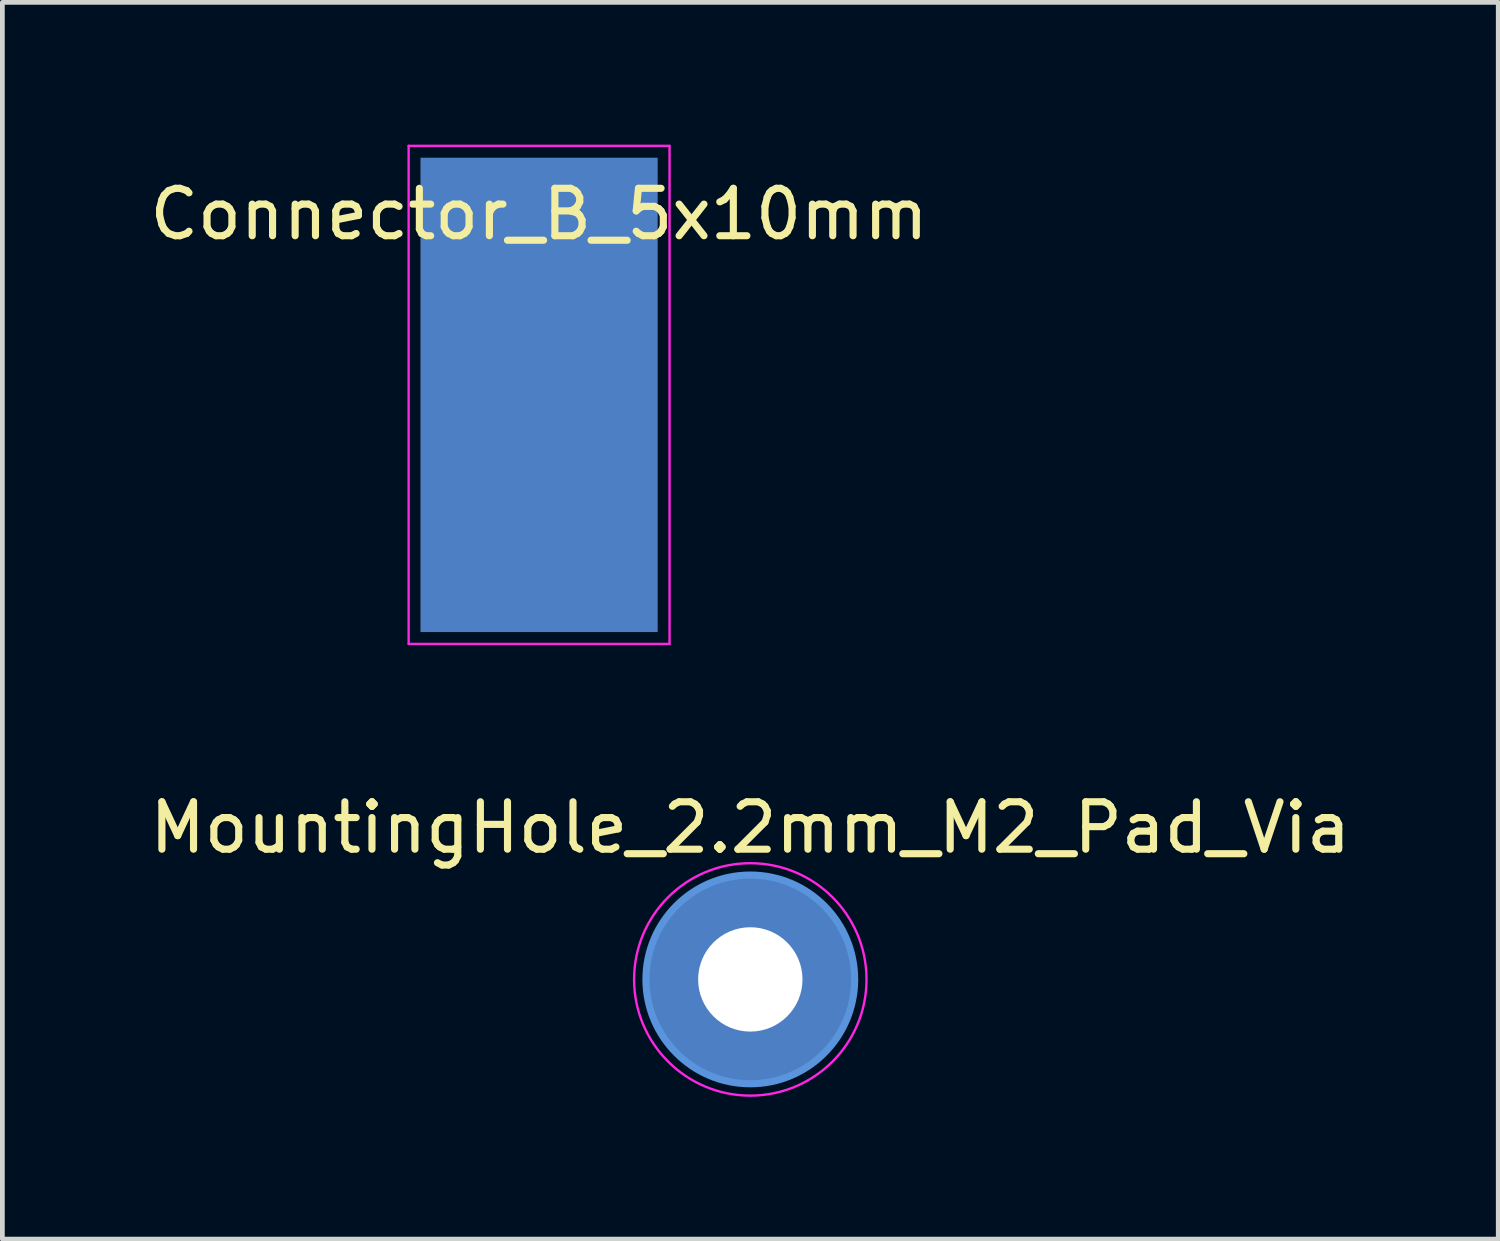
<source format=kicad_pcb>
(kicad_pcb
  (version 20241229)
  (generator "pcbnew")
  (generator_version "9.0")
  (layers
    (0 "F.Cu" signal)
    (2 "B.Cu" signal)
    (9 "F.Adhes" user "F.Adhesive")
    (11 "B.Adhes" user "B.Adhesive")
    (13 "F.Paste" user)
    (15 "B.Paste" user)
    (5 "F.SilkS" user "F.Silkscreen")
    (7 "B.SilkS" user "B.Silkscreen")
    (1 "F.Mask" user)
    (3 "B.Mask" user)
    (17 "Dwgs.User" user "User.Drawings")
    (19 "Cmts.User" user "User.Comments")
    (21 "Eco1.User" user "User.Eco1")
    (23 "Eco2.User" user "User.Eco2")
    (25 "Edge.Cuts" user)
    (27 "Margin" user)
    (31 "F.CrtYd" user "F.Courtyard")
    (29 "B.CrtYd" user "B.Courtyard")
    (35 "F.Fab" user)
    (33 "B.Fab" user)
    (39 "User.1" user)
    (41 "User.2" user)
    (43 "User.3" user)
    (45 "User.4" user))
  (footprint "Connector_B_5x10mm"
    (layer "F.Cu")
    (at 8.315 5.275)
    (property "Reference" "Connector_B_5x10mm" (at 0 -3.81 0) (layer "F.SilkS") (effects (font (size 1 1) (thickness 0.15))))
    (attr smd)
    (fp_line (start -2.75 -5.25) (end -2.75 5.25) (stroke (width 0.05) (type solid)) (layer "F.CrtYd"))
    (fp_line (start -2.75 5.25) (end 2.75 5.25) (stroke (width 0.05) (type solid)) (layer "F.CrtYd"))
    (fp_line (start 2.75 -5.25) (end -2.75 -5.25) (stroke (width 0.05) (type solid)) (layer "F.CrtYd"))
    (fp_line (start 2.75 5.25) (end 2.75 -5.25) (stroke (width 0.05) (type solid)) (layer "F.CrtYd"))
    (pad "1" connect rect (at 0 0) (size 5 10) (layers "B.Cu" "B.Mask")))
  (footprint "MountingHole_2.2mm_M2_Pad_Via"
    (layer "F.Cu")
    (at 12.768 17.598)
    (property "Reference" "MountingHole_2.2mm_M2_Pad_Via" (at 0 -3.2 0) (layer "F.SilkS") (effects (font (size 1 1) (thickness 0.15))))
    (attr through_hole)
    (fp_circle (center 0 0) (end 2.2 0) (stroke (width 0.15) (type solid)) (fill no) (layer "Cmts.User"))
    (fp_circle (center 0 0) (end 2.45 0) (stroke (width 0.05) (type solid)) (fill no) (layer "F.CrtYd"))
    (pad "1" thru_hole circle (at 0 0) (size 4.4 4.4) (drill 2.2) (layers "*.Cu" "*.Mask")))
  (gr_rect
    (start -3 -3)
    (end 28.536 23.073)
    (stroke (width 0.1) (type default))
    (fill no)
    (layer "Edge.Cuts")))
</source>
